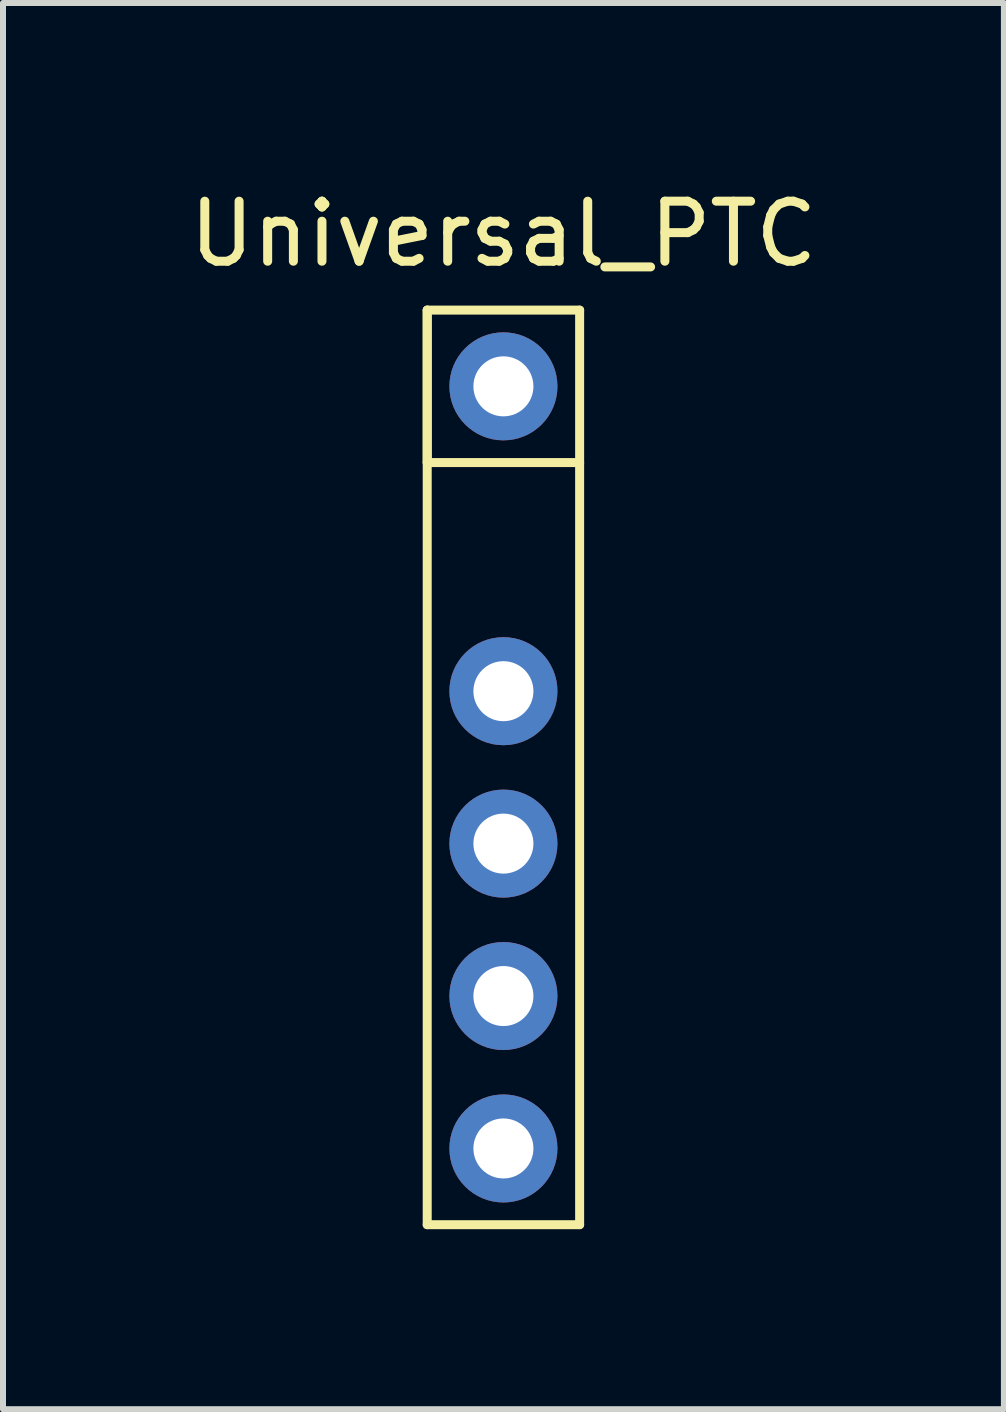
<source format=kicad_pcb>
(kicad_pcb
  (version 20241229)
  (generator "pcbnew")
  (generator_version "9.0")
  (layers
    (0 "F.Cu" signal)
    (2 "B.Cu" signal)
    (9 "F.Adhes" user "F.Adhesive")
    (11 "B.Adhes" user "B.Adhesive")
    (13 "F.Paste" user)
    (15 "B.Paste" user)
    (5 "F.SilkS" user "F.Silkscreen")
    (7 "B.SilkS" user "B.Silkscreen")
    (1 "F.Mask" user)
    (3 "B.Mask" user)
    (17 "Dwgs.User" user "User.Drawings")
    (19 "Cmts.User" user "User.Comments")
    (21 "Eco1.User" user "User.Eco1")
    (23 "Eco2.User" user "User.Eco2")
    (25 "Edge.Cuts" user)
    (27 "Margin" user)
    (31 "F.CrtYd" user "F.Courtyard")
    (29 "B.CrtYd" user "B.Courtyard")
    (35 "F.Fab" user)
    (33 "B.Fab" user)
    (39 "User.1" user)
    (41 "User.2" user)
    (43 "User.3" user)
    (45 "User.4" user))
  (footprint "Universal_PTC"
    (layer "F.Cu")
    (at 5.339 3.388)
    (property "Reference" "Universal_PTC" (at 0 -2.54 0) (layer "F.SilkS") (effects (font (size 1 1) (thickness 0.15))))
    (attr through_hole)
    (fp_line (start -1.27 -1.27) (end -1.27 1.27) (stroke (width 0.15) (type solid)) (layer "F.SilkS"))
    (fp_line (start -1.27 -1.27) (end -1.27 13.97) (stroke (width 0.15) (type solid)) (layer "F.SilkS"))
    (fp_line (start -1.27 1.27) (end 1.27 1.27) (stroke (width 0.15) (type solid)) (layer "F.SilkS"))
    (fp_line (start -1.27 13.97) (end 1.27 13.97) (stroke (width 0.15) (type solid)) (layer "F.SilkS"))
    (fp_line (start 1.27 -1.27) (end -1.27 -1.27) (stroke (width 0.15) (type solid)) (layer "F.SilkS"))
    (fp_line (start 1.27 13.97) (end 1.27 -1.27) (stroke (width 0.15) (type solid)) (layer "F.SilkS"))
    (pad "1" thru_hole circle (at 0 0) (size 1.8 1.8) (drill 1) (layers "*.Cu" "*.Mask"))
    (pad "2" thru_hole circle (at 0 5.08) (size 1.8 1.8) (drill 1) (layers "*.Cu" "*.Mask"))
    (pad "2" thru_hole circle (at 0 7.62) (size 1.8 1.8) (drill 1) (layers "*.Cu" "*.Mask"))
    (pad "2" thru_hole circle (at 0 10.16) (size 1.8 1.8) (drill 1) (layers "*.Cu" "*.Mask"))
    (pad "2" thru_hole circle (at 0 12.7) (size 1.8 1.8) (drill 1) (layers "*.Cu" "*.Mask")))
  (gr_rect
    (start -3 -3)
    (end 13.679 20.433)
    (stroke (width 0.1) (type default))
    (fill no)
    (layer "Edge.Cuts")))
</source>
